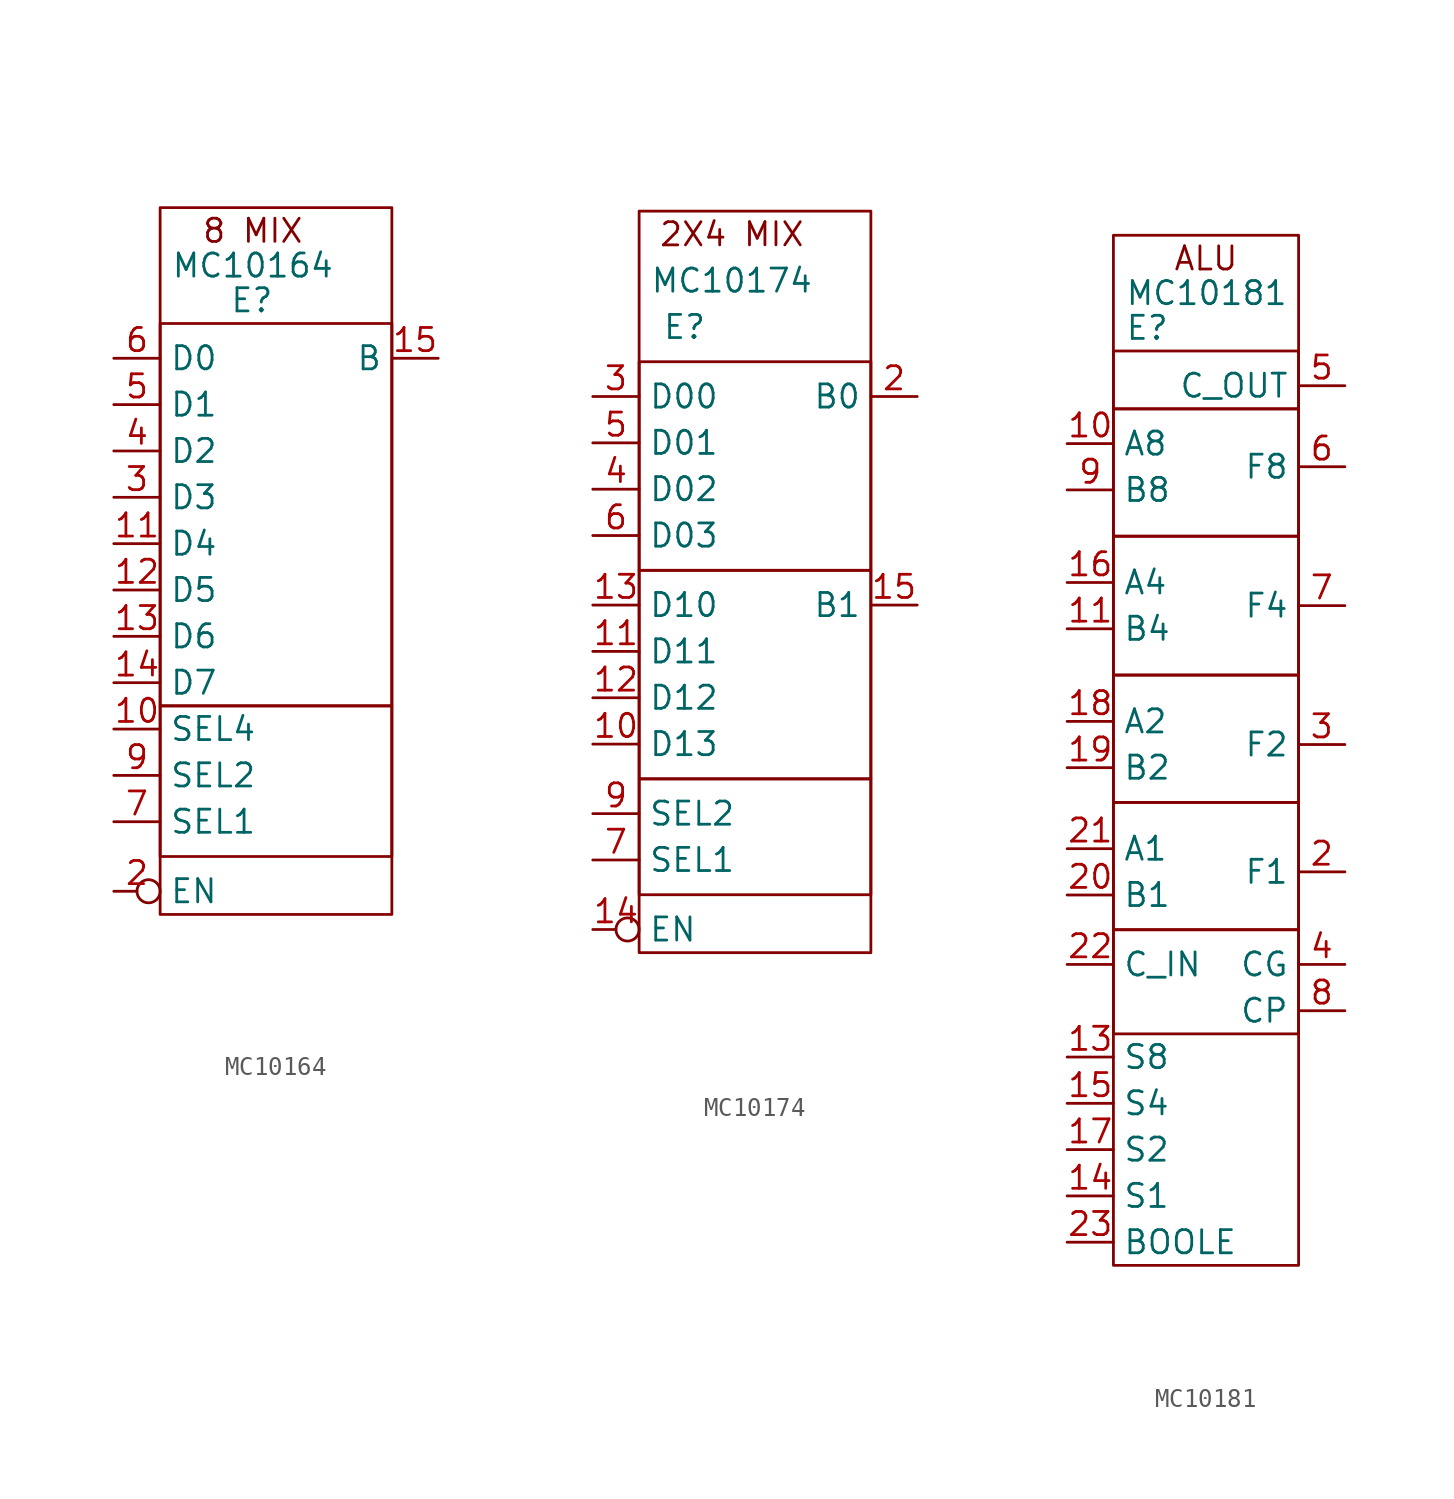
<source format=kicad_sym>
(kicad_symbol_lib
  (version 20211014)
  (generator kicad_symbol_editor)
  (symbol "MC10164"
    (property "Reference" "E"
      (at -1.27 -3.81 0)
      (effects (font (size 1.27 1.27)) (justify left)))
    (property "Value" "MC10164"
      (at 0 -1.905 0)
      (effects (font (size 1.27 1.27))))
    (symbol "MC10164_0_0"
      (rectangle (start -5.08 -26.035) (end 7.62 -34.29) (stroke (width 0) (type default) (color 0 0 0 0)) (fill (type none)))
      (rectangle (start -5.08 -5.08) (end 7.62 -26.035) (stroke (width 0) (type default) (color 0 0 0 0)) (fill (type none)))
      (rectangle (start -5.08 1.27) (end 7.62 -37.465) (stroke (width 0) (type default) (color 0 0 0 0)) (fill (type none)))
      (text "8 MIX" (at 0 0 0) (effects (font (size 1.27 1.27))))
      (pin power_in non_logic (at -3.81 3.81 270) (length 2.54) hide (name "VCC1" (effects (font (size 1.27 1.27)))) (number "1" (effects (font (size 1.27 1.27)))))
      (pin input line (at -7.62 -27.305 0) (length 2.54) (name "SEL4" (effects (font (size 1.27 1.27)))) (number "10" (effects (font (size 1.27 1.27)))))
      (pin input line (at -7.62 -17.145 0) (length 2.54) (name "D4" (effects (font (size 1.27 1.27)))) (number "11" (effects (font (size 1.27 1.27)))))
      (pin input line (at -7.62 -19.685 0) (length 2.54) (name "D5" (effects (font (size 1.27 1.27)))) (number "12" (effects (font (size 1.27 1.27)))))
      (pin input line (at -7.62 -22.225 0) (length 2.54) (name "D6" (effects (font (size 1.27 1.27)))) (number "13" (effects (font (size 1.27 1.27)))))
      (pin input line (at -7.62 -24.765 0) (length 2.54) (name "D7" (effects (font (size 1.27 1.27)))) (number "14" (effects (font (size 1.27 1.27)))))
      (pin output line (at 10.16 -6.985 180) (length 2.54) (name "B" (effects (font (size 1.27 1.27)))) (number "15" (effects (font (size 1.27 1.27)))))
      (pin power_in non_logic (at -1.27 3.81 270) (length 2.54) hide (name "VCC2" (effects (font (size 1.27 1.27)))) (number "16" (effects (font (size 1.27 1.27)))))
      (pin input inverted (at -7.62 -36.195 0) (length 2.54) (name "EN" (effects (font (size 1.27 1.27)))) (number "2" (effects (font (size 1.27 1.27)))))
      (pin input line (at -7.62 -14.605 0) (length 2.54) (name "D3" (effects (font (size 1.27 1.27)))) (number "3" (effects (font (size 1.27 1.27)))))
      (pin input line (at -7.62 -12.065 0) (length 2.54) (name "D2" (effects (font (size 1.27 1.27)))) (number "4" (effects (font (size 1.27 1.27)))))
      (pin input line (at -7.62 -9.525 0) (length 2.54) (name "D1" (effects (font (size 1.27 1.27)))) (number "5" (effects (font (size 1.27 1.27)))))
      (pin input line (at -7.62 -6.985 0) (length 2.54) (name "D0" (effects (font (size 1.27 1.27)))) (number "6" (effects (font (size 1.27 1.27)))))
      (pin input line (at -7.62 -32.385 0) (length 2.54) (name "SEL1" (effects (font (size 1.27 1.27)))) (number "7" (effects (font (size 1.27 1.27)))))
      (pin power_in non_logic (at 0.635 -40.005 90) (length 2.54) hide (name "VEE" (effects (font (size 1.27 1.27)))) (number "8" (effects (font (size 1.27 1.27)))))
      (pin input line (at -7.62 -29.845 0) (length 2.54) (name "SEL2" (effects (font (size 1.27 1.27)))) (number "9" (effects (font (size 1.27 1.27)))))))
  (symbol "MC10174"
    (property "Reference" "E"
      (at 1.27 34.29 0)
      (effects (font (size 1.27 1.27)) (justify left)))
    (property "Value" "MC10174"
      (at 5.08 36.83 0)
      (effects (font (size 1.27 1.27))))
    (symbol "MC10174_0_0"
      (rectangle (start 0 9.525) (end 12.7 3.175) (stroke (width 0) (type default) (color 0 0 0 0)) (fill (type none)))
      (rectangle (start 0 20.955) (end 12.7 9.525) (stroke (width 0) (type default) (color 0 0 0 0)) (fill (type none)))
      (rectangle (start 0 32.385) (end 12.7 20.955) (stroke (width 0) (type default) (color 0 0 0 0)) (fill (type none)))
      (rectangle (start 0 40.64) (end 12.7 0) (stroke (width 0) (type default) (color 0 0 0 0)) (fill (type none)))
      (text "2X4 MIX" (at 5.08 39.37 0) (effects (font (size 1.27 1.27))))
      (pin power_in non_logic (at 1.27 43.18 270) (length 2.54) hide (name "VCC1" (effects (font (size 1.27 1.27)))) (number "1" (effects (font (size 1.27 1.27)))))
      (pin input line (at -2.54 11.43 0) (length 2.54) (name "D13" (effects (font (size 1.27 1.27)))) (number "10" (effects (font (size 1.27 1.27)))))
      (pin input line (at -2.54 16.51 0) (length 2.54) (name "D11" (effects (font (size 1.27 1.27)))) (number "11" (effects (font (size 1.27 1.27)))))
      (pin input line (at -2.54 13.97 0) (length 2.54) (name "D12" (effects (font (size 1.27 1.27)))) (number "12" (effects (font (size 1.27 1.27)))))
      (pin input line (at -2.54 19.05 0) (length 2.54) (name "D10" (effects (font (size 1.27 1.27)))) (number "13" (effects (font (size 1.27 1.27)))))
      (pin input inverted (at -2.54 1.27 0) (length 2.54) (name "EN" (effects (font (size 1.27 1.27)))) (number "14" (effects (font (size 1.27 1.27)))))
      (pin output line (at 15.24 19.05 180) (length 2.54) (name "B1" (effects (font (size 1.27 1.27)))) (number "15" (effects (font (size 1.27 1.27)))))
      (pin power_in non_logic (at 3.81 43.18 270) (length 2.54) hide (name "VCC2" (effects (font (size 1.27 1.27)))) (number "16" (effects (font (size 1.27 1.27)))))
      (pin output line (at 15.24 30.48 180) (length 2.54) (name "B0" (effects (font (size 1.27 1.27)))) (number "2" (effects (font (size 1.27 1.27)))))
      (pin input line (at -2.54 30.48 0) (length 2.54) (name "D00" (effects (font (size 1.27 1.27)))) (number "3" (effects (font (size 1.27 1.27)))))
      (pin input line (at -2.54 25.4 0) (length 2.54) (name "D02" (effects (font (size 1.27 1.27)))) (number "4" (effects (font (size 1.27 1.27)))))
      (pin input line (at -2.54 27.94 0) (length 2.54) (name "D01" (effects (font (size 1.27 1.27)))) (number "5" (effects (font (size 1.27 1.27)))))
      (pin input line (at -2.54 22.86 0) (length 2.54) (name "D03" (effects (font (size 1.27 1.27)))) (number "6" (effects (font (size 1.27 1.27)))))
      (pin input line (at -2.54 5.08 0) (length 2.54) (name "SEL1" (effects (font (size 1.27 1.27)))) (number "7" (effects (font (size 1.27 1.27)))))
      (pin power_in non_logic (at 5.715 -2.54 90) (length 2.54) hide (name "VEE" (effects (font (size 1.27 1.27)))) (number "8" (effects (font (size 1.27 1.27)))))
      (pin input line (at -2.54 7.62 0) (length 2.54) (name "SEL2" (effects (font (size 1.27 1.27)))) (number "9" (effects (font (size 1.27 1.27)))))))
  (symbol "MC10181"
    (property "Reference" "E"
      (at 0.635 -5.08 0)
      (effects (font (size 1.27 1.27)) (justify left)))
    (property "Value" "MC10181"
      (at 0.635 -3.175 0)
      (effects (font (size 1.27 1.27)) (justify left)))
    (symbol "MC10181_0_0"
      (rectangle (start 0 -38.1) (end 10.16 -43.815) (stroke (width 0) (type default) (color 0 0 0 0)) (fill (type none)))
      (rectangle (start 0 -31.115) (end 10.16 -38.1) (stroke (width 0) (type default) (color 0 0 0 0)) (fill (type none)))
      (rectangle (start 0 -24.13) (end 10.16 -31.115) (stroke (width 0) (type default) (color 0 0 0 0)) (fill (type none)))
      (rectangle (start 0 -16.51) (end 10.16 -24.13) (stroke (width 0) (type default) (color 0 0 0 0)) (fill (type none)))
      (rectangle (start 0 -9.525) (end 10.16 -16.51) (stroke (width 0) (type default) (color 0 0 0 0)) (fill (type none)))
      (rectangle (start 0 -6.35) (end 10.16 -9.525) (stroke (width 0) (type default) (color 0 0 0 0)) (fill (type none)))
      (rectangle (start 0 0) (end 10.16 -56.515) (stroke (width 0) (type default) (color 0 0 0 0)) (fill (type none)))
      (text "ALU" (at 5.08 -1.27 0) (effects (font (size 1.27 1.27))))
      (pin power_in line (at 1.27 2.54 270) (length 2.54) hide (name "VCC1" (effects (font (size 1.27 1.27)))) (number "1" (effects (font (size 1.27 1.27)))))
      (pin input line (at -2.54 -11.43 0) (length 2.54) (name "A8" (effects (font (size 1.27 1.27)))) (number "10" (effects (font (size 1.27 1.27)))))
      (pin input line (at -2.54 -21.59 0) (length 2.54) (name "B4" (effects (font (size 1.27 1.27)))) (number "11" (effects (font (size 1.27 1.27)))))
      (pin power_in line (at 4.445 -56.515 90) (length 2.54) hide (name "GEE" (effects (font (size 1.27 1.27)))) (number "12" (effects (font (size 1.27 1.27)))))
      (pin input line (at -2.54 -45.085 0) (length 2.54) (name "S8" (effects (font (size 1.27 1.27)))) (number "13" (effects (font (size 1.27 1.27)))))
      (pin input line (at -2.54 -52.705 0) (length 2.54) (name "S1" (effects (font (size 1.27 1.27)))) (number "14" (effects (font (size 1.27 1.27)))))
      (pin input line (at -2.54 -47.625 0) (length 2.54) (name "S4" (effects (font (size 1.27 1.27)))) (number "15" (effects (font (size 1.27 1.27)))))
      (pin input line (at -2.54 -19.05 0) (length 2.54) (name "A4" (effects (font (size 1.27 1.27)))) (number "16" (effects (font (size 1.27 1.27)))))
      (pin input line (at -2.54 -50.165 0) (length 2.54) (name "S2" (effects (font (size 1.27 1.27)))) (number "17" (effects (font (size 1.27 1.27)))))
      (pin input line (at -2.54 -26.67 0) (length 2.54) (name "A2" (effects (font (size 1.27 1.27)))) (number "18" (effects (font (size 1.27 1.27)))))
      (pin input line (at -2.54 -29.21 0) (length 2.54) (name "B2" (effects (font (size 1.27 1.27)))) (number "19" (effects (font (size 1.27 1.27)))))
      (pin output line (at 12.7 -34.925 180) (length 2.54) (name "F1" (effects (font (size 1.27 1.27)))) (number "2" (effects (font (size 1.27 1.27)))))
      (pin input line (at -2.54 -36.195 0) (length 2.54) (name "B1" (effects (font (size 1.27 1.27)))) (number "20" (effects (font (size 1.27 1.27)))))
      (pin input line (at -2.54 -33.655 0) (length 2.54) (name "A1" (effects (font (size 1.27 1.27)))) (number "21" (effects (font (size 1.27 1.27)))))
      (pin input line (at -2.54 -40.005 0) (length 2.54) (name "C_IN" (effects (font (size 1.27 1.27)))) (number "22" (effects (font (size 1.27 1.27)))))
      (pin input line (at -2.54 -55.245 0) (length 2.54) (name "BOOLE" (effects (font (size 1.27 1.27)))) (number "23" (effects (font (size 1.27 1.27)))))
      (pin power_in line (at 4.445 2.54 270) (length 2.54) hide (name "VCC2" (effects (font (size 1.27 1.27)))) (number "24" (effects (font (size 1.27 1.27)))))
      (pin output line (at 12.7 -27.94 180) (length 2.54) (name "F2" (effects (font (size 1.27 1.27)))) (number "3" (effects (font (size 1.27 1.27)))))
      (pin output line (at 12.7 -40.005 180) (length 2.54) (name "CG" (effects (font (size 1.27 1.27)))) (number "4" (effects (font (size 1.27 1.27)))))
      (pin output line (at 12.7 -8.255 180) (length 2.54) (name "C_OUT" (effects (font (size 1.27 1.27)))) (number "5" (effects (font (size 1.27 1.27)))))
      (pin output line (at 12.7 -12.7 180) (length 2.54) (name "F8" (effects (font (size 1.27 1.27)))) (number "6" (effects (font (size 1.27 1.27)))))
      (pin output line (at 12.7 -20.32 180) (length 2.54) (name "F4" (effects (font (size 1.27 1.27)))) (number "7" (effects (font (size 1.27 1.27)))))
      (pin output line (at 12.7 -42.545 180) (length 2.54) (name "CP" (effects (font (size 1.27 1.27)))) (number "8" (effects (font (size 1.27 1.27)))))
      (pin input line (at -2.54 -13.97 0) (length 2.54) (name "B8" (effects (font (size 1.27 1.27)))) (number "9" (effects (font (size 1.27 1.27))))))))
</source>
